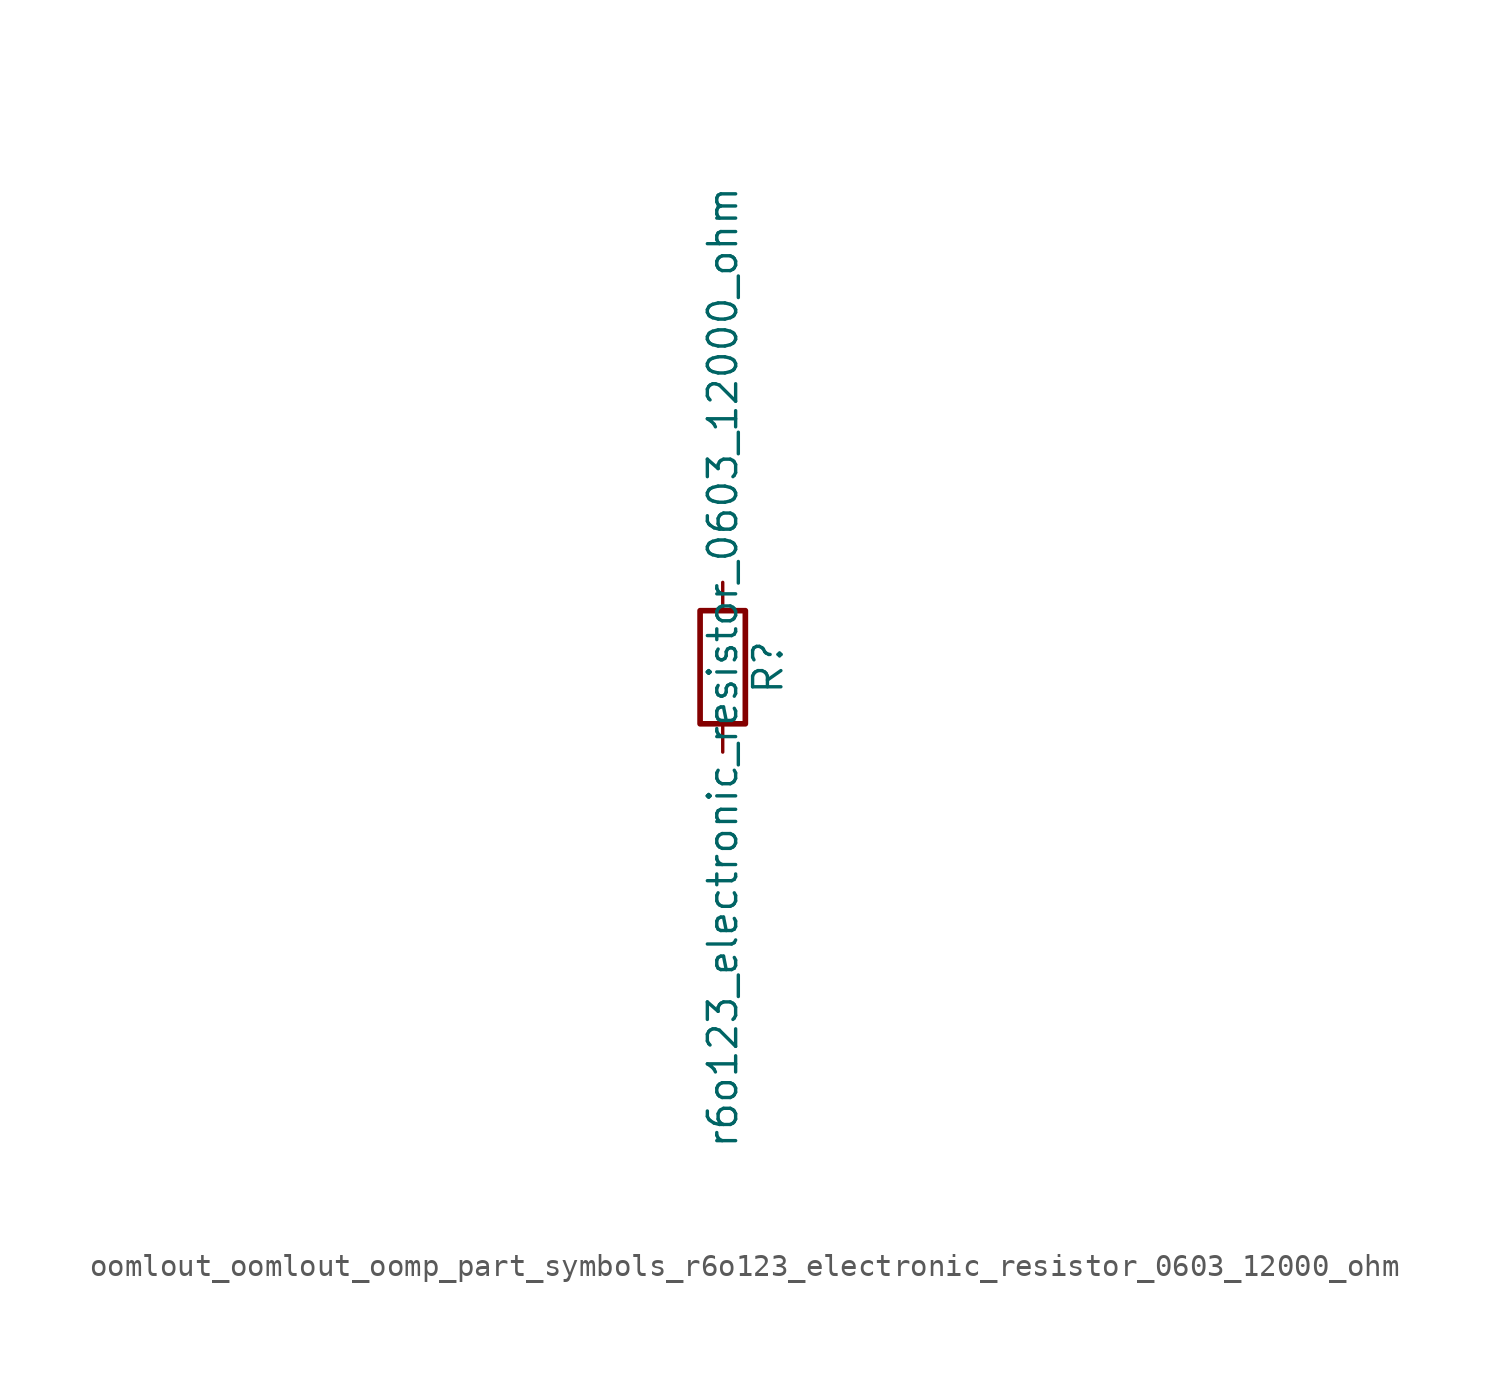
<source format=kicad_sym>
(kicad_symbol_lib
  (version 20220914)
  (generator kicad_symbol_editor)
  (symbol "oomlout_oomlout_oomp_part_symbols_r6o123_electronic_resistor_0603_12000_ohm"
    (pin_numbers hide)
    (pin_names
      (offset 0))
    (property "Reference" "R"
      (at 2.032 0 90)
      (effects (font (size 1.27 1.27))))
    (property "Value" "r6o123_electronic_resistor_0603_12000_ohm"
      (at 0 0 90)
      (effects (font (size 1.27 1.27))))
    (symbol "oomlout_oomlout_oomp_part_symbols_r6o123_electronic_resistor_0603_12000_ohm_0_1"
      (rectangle (start -1.016 -2.54) (end 1.016 2.54) (stroke (width 0.254) (type default)) (fill (type none))))
    (symbol "oomlout_oomlout_oomp_part_symbols_r6o123_electronic_resistor_0603_12000_ohm_1_1"
      (pin passive line (at 0 3.81 270) (length 1.27) (name "~" (effects (font (size 1.27 1.27)))) (number "1" (effects (font (size 1.27 1.27)))))
      (pin passive line (at 0 -3.81 90) (length 1.27) (name "~" (effects (font (size 1.27 1.27)))) (number "2" (effects (font (size 1.27 1.27))))))))
</source>
